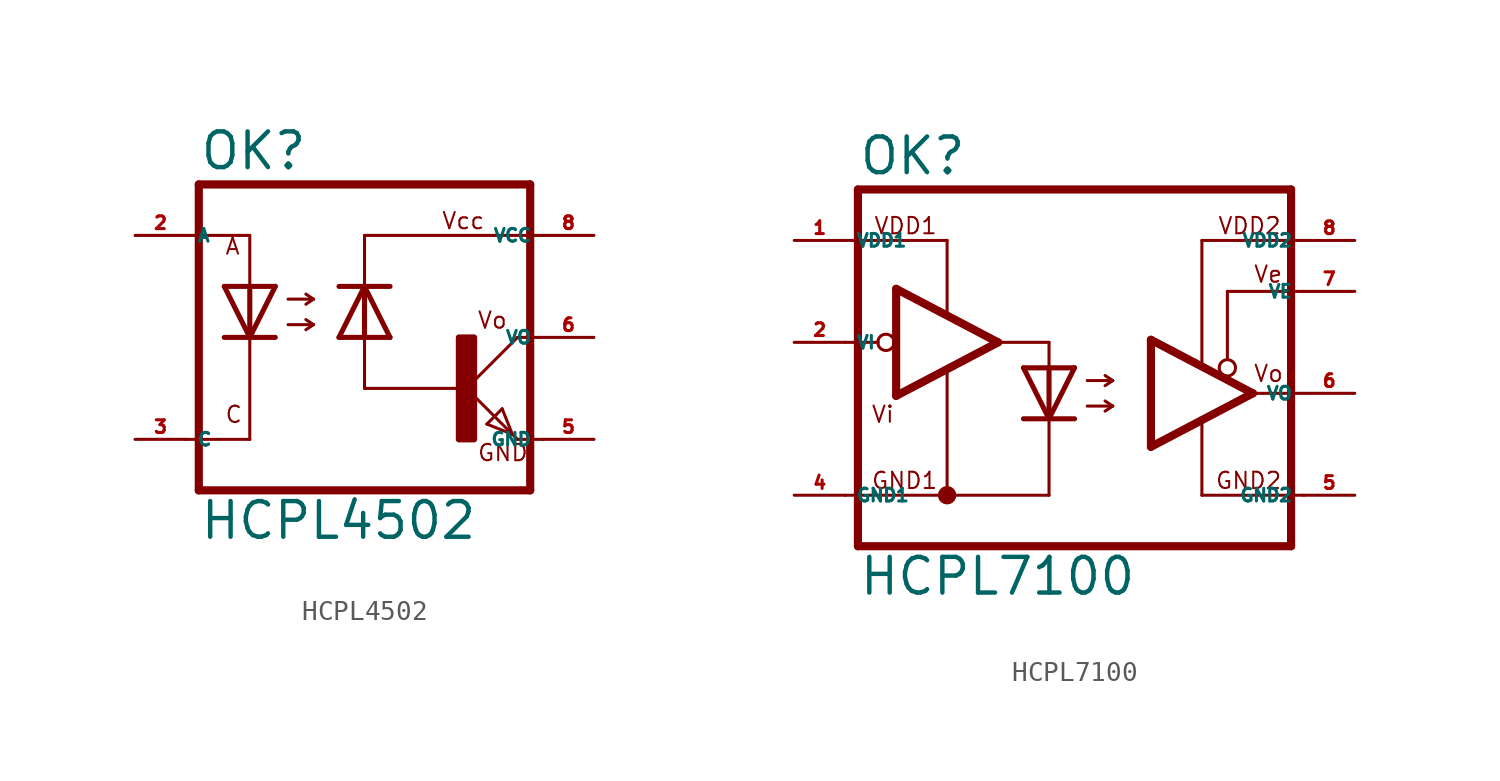
<source format=kicad_sym>
(kicad_symbol_lib
  (version 20220914)
  (generator kicad_symbol_editor)
  (symbol "HCPL4502"
    (property "Reference" "OK"
      (at -9.525 8.255 0)
      (effects (font (size 1.778 1.778) (thickness 0.22)) (justify left bottom)))
    (property "Value" "HCPL4502"
      (at -9.525 -10.16 0)
      (effects (font (size 1.778 1.778) (thickness 0.22)) (justify left bottom)))
    (symbol "HCPL4502_1_1"
      (polyline (pts (xy -10.16 -5.08) (xy -6.985 -5.08)) (stroke (width 0.152) (type default)) (fill (type none)))
      (polyline (pts (xy -10.16 5.08) (xy -6.985 5.08)) (stroke (width 0.152) (type default)) (fill (type none)))
      (polyline (pts (xy -9.525 7.62) (xy -9.525 -7.62)) (stroke (width 0.406) (type default)) (fill (type none)))
      (polyline (pts (xy -6.985 -5.08) (xy -6.985 0)) (stroke (width 0.152) (type default)) (fill (type none)))
      (polyline (pts (xy -6.985 0) (xy -8.255 0)) (stroke (width 0.254) (type default)) (fill (type none)))
      (polyline (pts (xy -6.985 0) (xy -8.255 2.54)) (stroke (width 0.254) (type default)) (fill (type none)))
      (polyline (pts (xy -6.985 2.54) (xy -8.255 2.54)) (stroke (width 0.254) (type default)) (fill (type none)))
      (polyline (pts (xy -6.985 2.54) (xy -6.985 0)) (stroke (width 0.254) (type default)) (fill (type none)))
      (polyline (pts (xy -6.985 2.54) (xy -6.985 5.08)) (stroke (width 0.152) (type default)) (fill (type none)))
      (polyline (pts (xy -5.715 0) (xy -6.985 0)) (stroke (width 0.254) (type default)) (fill (type none)))
      (polyline (pts (xy -5.715 2.54) (xy -6.985 0)) (stroke (width 0.254) (type default)) (fill (type none)))
      (polyline (pts (xy -5.715 2.54) (xy -6.985 2.54)) (stroke (width 0.254) (type default)) (fill (type none)))
      (polyline (pts (xy -5.08 0.635) (xy -3.81 0.635)) (stroke (width 0.152) (type default)) (fill (type none)))
      (polyline (pts (xy -5.08 1.905) (xy -3.81 1.905)) (stroke (width 0.152) (type default)) (fill (type none)))
      (polyline (pts (xy -3.81 0.635) (xy -4.191 0.381)) (stroke (width 0.152) (type default)) (fill (type none)))
      (polyline (pts (xy -3.81 0.635) (xy -4.191 0.889)) (stroke (width 0.152) (type default)) (fill (type none)))
      (polyline (pts (xy -3.81 1.905) (xy -4.191 1.651)) (stroke (width 0.152) (type default)) (fill (type none)))
      (polyline (pts (xy -3.81 1.905) (xy -4.191 2.159)) (stroke (width 0.152) (type default)) (fill (type none)))
      (polyline (pts (xy -2.54 0) (xy -1.27 0)) (stroke (width 0.254) (type default)) (fill (type none)))
      (polyline (pts (xy -2.54 0) (xy -1.27 2.54)) (stroke (width 0.254) (type default)) (fill (type none)))
      (polyline (pts (xy -2.54 2.54) (xy -1.27 2.54)) (stroke (width 0.254) (type default)) (fill (type none)))
      (polyline (pts (xy -1.27 -2.54) (xy -1.27 0)) (stroke (width 0.152) (type default)) (fill (type none)))
      (polyline (pts (xy -1.27 -2.54) (xy 3.81 -2.54)) (stroke (width 0.152) (type default)) (fill (type none)))
      (polyline (pts (xy -1.27 0) (xy -1.27 2.54)) (stroke (width 0.254) (type default)) (fill (type none)))
      (polyline (pts (xy -1.27 0) (xy 0 0)) (stroke (width 0.254) (type default)) (fill (type none)))
      (polyline (pts (xy -1.27 2.54) (xy 0 0)) (stroke (width 0.254) (type default)) (fill (type none)))
      (polyline (pts (xy -1.27 2.54) (xy 0 2.54)) (stroke (width 0.254) (type default)) (fill (type none)))
      (polyline (pts (xy -1.27 5.08) (xy -1.27 2.54)) (stroke (width 0.152) (type default)) (fill (type none)))
      (polyline (pts (xy -1.27 5.08) (xy 7.62 5.08)) (stroke (width 0.152) (type default)) (fill (type none)))
      (polyline (pts (xy 3.81 -2.54) (xy 6.096 -4.826)) (stroke (width 0.152) (type default)) (fill (type none)))
      (polyline (pts (xy 4.826 -4.318) (xy 5.588 -3.556)) (stroke (width 0.152) (type default)) (fill (type none)))
      (polyline (pts (xy 5.588 -3.556) (xy 6.096 -4.826)) (stroke (width 0.152) (type default)) (fill (type none)))
      (polyline (pts (xy 6.096 -4.826) (xy 4.826 -4.318)) (stroke (width 0.152) (type default)) (fill (type none)))
      (polyline (pts (xy 6.096 -4.826) (xy 6.35 -5.08)) (stroke (width 0.152) (type default)) (fill (type none)))
      (polyline (pts (xy 6.35 -5.08) (xy 7.62 -5.08)) (stroke (width 0.152) (type default)) (fill (type none)))
      (polyline (pts (xy 6.35 0) (xy 3.81 -2.54)) (stroke (width 0.152) (type default)) (fill (type none)))
      (polyline (pts (xy 6.35 0) (xy 7.62 0)) (stroke (width 0.152) (type default)) (fill (type none)))
      (polyline (pts (xy 6.985 -7.62) (xy -9.525 -7.62)) (stroke (width 0.406) (type default)) (fill (type none)))
      (polyline (pts (xy 6.985 7.62) (xy -9.525 7.62)) (stroke (width 0.406) (type default)) (fill (type none)))
      (polyline (pts (xy 6.985 7.62) (xy 6.985 -7.62)) (stroke (width 0.406) (type default)) (fill (type none)))
      (rectangle (start 3.429 -5.08) (end 4.191 0) (stroke (width 0.3) (type default)) (fill (type outline)))
      (text "A" (at -8.255 4.064 0) (effects (font (size 0.813 0.813) (thickness 0.1)) (justify left bottom)))
      (text "C" (at -8.255 -4.318 0) (effects (font (size 0.813 0.813) (thickness 0.1)) (justify left bottom)))
      (text "GND" (at 4.318 -6.223 0) (effects (font (size 0.813 0.813) (thickness 0.1)) (justify left bottom)))
      (text "Vcc" (at 2.54 5.334 0) (effects (font (size 0.813 0.813) (thickness 0.1)) (justify left bottom)))
      (text "Vo" (at 4.318 0.381 0) (effects (font (size 0.813 0.813) (thickness 0.1)) (justify left bottom)))
      (pin passive line (at -12.7 5.08 0) (length 2.54) (name "A" (effects (font (size 0.635 0.635)))) (number "2" (effects (font (size 0.635 0.635)))))
      (pin passive line (at -12.7 -5.08 0) (length 2.54) (name "C" (effects (font (size 0.635 0.635)))) (number "3" (effects (font (size 0.635 0.635)))))
      (pin passive line (at 10.16 -5.08 180) (length 2.54) (name "GND" (effects (font (size 0.635 0.635)))) (number "5" (effects (font (size 0.635 0.635)))))
      (pin passive line (at 10.16 0 180) (length 2.54) (name "VO" (effects (font (size 0.635 0.635)))) (number "6" (effects (font (size 0.635 0.635)))))
      (pin passive line (at 10.16 5.08 180) (length 2.54) (name "VCC" (effects (font (size 0.635 0.635)))) (number "8" (effects (font (size 0.635 0.635)))))))
  (symbol "HCPL7100"
    (property "Reference" "OK"
      (at -12.065 8.255 0)
      (effects (font (size 1.778 1.778) (thickness 0.22)) (justify left bottom)))
    (property "Value" "HCPL7100"
      (at -12.065 -12.7 0)
      (effects (font (size 1.778 1.778) (thickness 0.22)) (justify left bottom)))
    (symbol "HCPL7100_1_1"
      (circle (center -10.668 0) (radius 0.406) (stroke (width 0.152) (type default)) (fill (type none)))
      (circle (center -7.62 -7.62) (radius 0.254) (stroke (width 0.406) (type default)) (fill (type none)))
      (polyline (pts (xy -12.7 0) (xy -11.049 0)) (stroke (width 0.152) (type default)) (fill (type none)))
      (polyline (pts (xy -12.7 5.08) (xy -7.62 5.08)) (stroke (width 0.152) (type default)) (fill (type none)))
      (polyline (pts (xy -12.065 7.62) (xy -12.065 -10.16)) (stroke (width 0.406) (type default)) (fill (type none)))
      (polyline (pts (xy -10.16 -2.667) (xy -10.16 2.667)) (stroke (width 0.406) (type default)) (fill (type none)))
      (polyline (pts (xy -10.16 -2.667) (xy -5.08 0)) (stroke (width 0.406) (type default)) (fill (type none)))
      (polyline (pts (xy -10.16 2.667) (xy -5.08 0)) (stroke (width 0.406) (type default)) (fill (type none)))
      (polyline (pts (xy -7.62 -7.62) (xy -12.7 -7.62)) (stroke (width 0.152) (type default)) (fill (type none)))
      (polyline (pts (xy -7.62 -7.62) (xy -7.62 -1.27)) (stroke (width 0.152) (type default)) (fill (type none)))
      (polyline (pts (xy -7.62 -7.62) (xy -2.54 -7.62)) (stroke (width 0.152) (type default)) (fill (type none)))
      (polyline (pts (xy -7.62 1.27) (xy -7.62 5.08)) (stroke (width 0.152) (type default)) (fill (type none)))
      (polyline (pts (xy -5.08 0) (xy -2.54 0)) (stroke (width 0.152) (type default)) (fill (type none)))
      (polyline (pts (xy -2.54 -7.62) (xy -2.54 -3.81)) (stroke (width 0.152) (type default)) (fill (type none)))
      (polyline (pts (xy -2.54 -3.81) (xy -3.81 -3.81)) (stroke (width 0.254) (type default)) (fill (type none)))
      (polyline (pts (xy -2.54 -3.81) (xy -3.81 -1.27)) (stroke (width 0.254) (type default)) (fill (type none)))
      (polyline (pts (xy -2.54 -1.27) (xy -3.81 -1.27)) (stroke (width 0.254) (type default)) (fill (type none)))
      (polyline (pts (xy -2.54 -1.27) (xy -2.54 -3.81)) (stroke (width 0.254) (type default)) (fill (type none)))
      (polyline (pts (xy -2.54 -1.27) (xy -2.54 0)) (stroke (width 0.152) (type default)) (fill (type none)))
      (polyline (pts (xy -1.27 -3.81) (xy -2.54 -3.81)) (stroke (width 0.254) (type default)) (fill (type none)))
      (polyline (pts (xy -1.27 -1.27) (xy -2.54 -3.81)) (stroke (width 0.254) (type default)) (fill (type none)))
      (polyline (pts (xy -1.27 -1.27) (xy -2.54 -1.27)) (stroke (width 0.254) (type default)) (fill (type none)))
      (polyline (pts (xy -0.635 -3.175) (xy 0.635 -3.175)) (stroke (width 0.152) (type default)) (fill (type none)))
      (polyline (pts (xy -0.635 -1.905) (xy 0.635 -1.905)) (stroke (width 0.152) (type default)) (fill (type none)))
      (polyline (pts (xy 0.635 -3.175) (xy 0.254 -3.429)) (stroke (width 0.152) (type default)) (fill (type none)))
      (polyline (pts (xy 0.635 -3.175) (xy 0.254 -2.921)) (stroke (width 0.152) (type default)) (fill (type none)))
      (polyline (pts (xy 0.635 -1.905) (xy 0.254 -2.159)) (stroke (width 0.152) (type default)) (fill (type none)))
      (polyline (pts (xy 0.635 -1.905) (xy 0.254 -1.651)) (stroke (width 0.152) (type default)) (fill (type none)))
      (polyline (pts (xy 2.54 -5.207) (xy 2.54 0.127)) (stroke (width 0.406) (type default)) (fill (type none)))
      (polyline (pts (xy 2.54 -5.207) (xy 7.62 -2.54)) (stroke (width 0.406) (type default)) (fill (type none)))
      (polyline (pts (xy 2.54 0.127) (xy 7.62 -2.54)) (stroke (width 0.406) (type default)) (fill (type none)))
      (polyline (pts (xy 5.08 -7.62) (xy 10.16 -7.62)) (stroke (width 0.152) (type default)) (fill (type none)))
      (polyline (pts (xy 5.08 -3.81) (xy 5.08 -7.62)) (stroke (width 0.152) (type default)) (fill (type none)))
      (polyline (pts (xy 5.08 5.08) (xy 5.08 -1.016)) (stroke (width 0.152) (type default)) (fill (type none)))
      (polyline (pts (xy 5.08 5.08) (xy 10.16 5.08)) (stroke (width 0.152) (type default)) (fill (type none)))
      (polyline (pts (xy 6.35 2.54) (xy 6.35 -0.762)) (stroke (width 0.152) (type default)) (fill (type none)))
      (polyline (pts (xy 6.35 2.54) (xy 10.16 2.54)) (stroke (width 0.152) (type default)) (fill (type none)))
      (polyline (pts (xy 7.62 -2.54) (xy 10.16 -2.54)) (stroke (width 0.152) (type default)) (fill (type none)))
      (polyline (pts (xy 9.525 -10.16) (xy -12.065 -10.16)) (stroke (width 0.406) (type default)) (fill (type none)))
      (polyline (pts (xy 9.525 7.62) (xy -12.065 7.62)) (stroke (width 0.406) (type default)) (fill (type none)))
      (polyline (pts (xy 9.525 7.62) (xy 9.525 -10.16)) (stroke (width 0.406) (type default)) (fill (type none)))
      (circle (center 6.35 -1.27) (radius 0.406) (stroke (width 0.152) (type default)) (fill (type none)))
      (text "GND1" (at -11.43 -7.366 0) (effects (font (size 0.813 0.813) (thickness 0.1)) (justify left bottom)))
      (text "GND2" (at 5.715 -7.366 0) (effects (font (size 0.813 0.813) (thickness 0.1)) (justify left bottom)))
      (text "VDD1" (at -11.303 5.334 0) (effects (font (size 0.813 0.813) (thickness 0.1)) (justify left bottom)))
      (text "VDD2" (at 5.842 5.334 0) (effects (font (size 0.813 0.813) (thickness 0.1)) (justify left bottom)))
      (text "Ve" (at 7.62 2.921 0) (effects (font (size 0.813 0.813) (thickness 0.1)) (justify left bottom)))
      (text "Vi" (at -11.43 -4.064 0) (effects (font (size 0.813 0.813) (thickness 0.1)) (justify left bottom)))
      (text "Vo" (at 7.62 -2.032 0) (effects (font (size 0.813 0.813) (thickness 0.1)) (justify left bottom)))
      (pin passive line (at -15.24 5.08 0) (length 2.54) (name "VDD1" (effects (font (size 0.635 0.635)))) (number "1" (effects (font (size 0.635 0.635)))))
      (pin passive line (at -15.24 0 0) (length 2.54) (name "VI" (effects (font (size 0.635 0.635)))) (number "2" (effects (font (size 0.635 0.635)))))
      (pin passive line (at -15.24 -7.62 0) (length 2.54) (name "GND1" (effects (font (size 0.635 0.635)))) (number "4" (effects (font (size 0.635 0.635)))))
      (pin passive line (at 12.7 -7.62 180) (length 2.54) (name "GND2" (effects (font (size 0.635 0.635)))) (number "5" (effects (font (size 0.635 0.635)))))
      (pin passive line (at 12.7 -2.54 180) (length 2.54) (name "VO" (effects (font (size 0.635 0.635)))) (number "6" (effects (font (size 0.635 0.635)))))
      (pin passive line (at 12.7 2.54 180) (length 2.54) (name "VE" (effects (font (size 0.635 0.635)))) (number "7" (effects (font (size 0.635 0.635)))))
      (pin passive line (at 12.7 5.08 180) (length 2.54) (name "VDD2" (effects (font (size 0.635 0.635)))) (number "8" (effects (font (size 0.635 0.635))))))))
</source>
